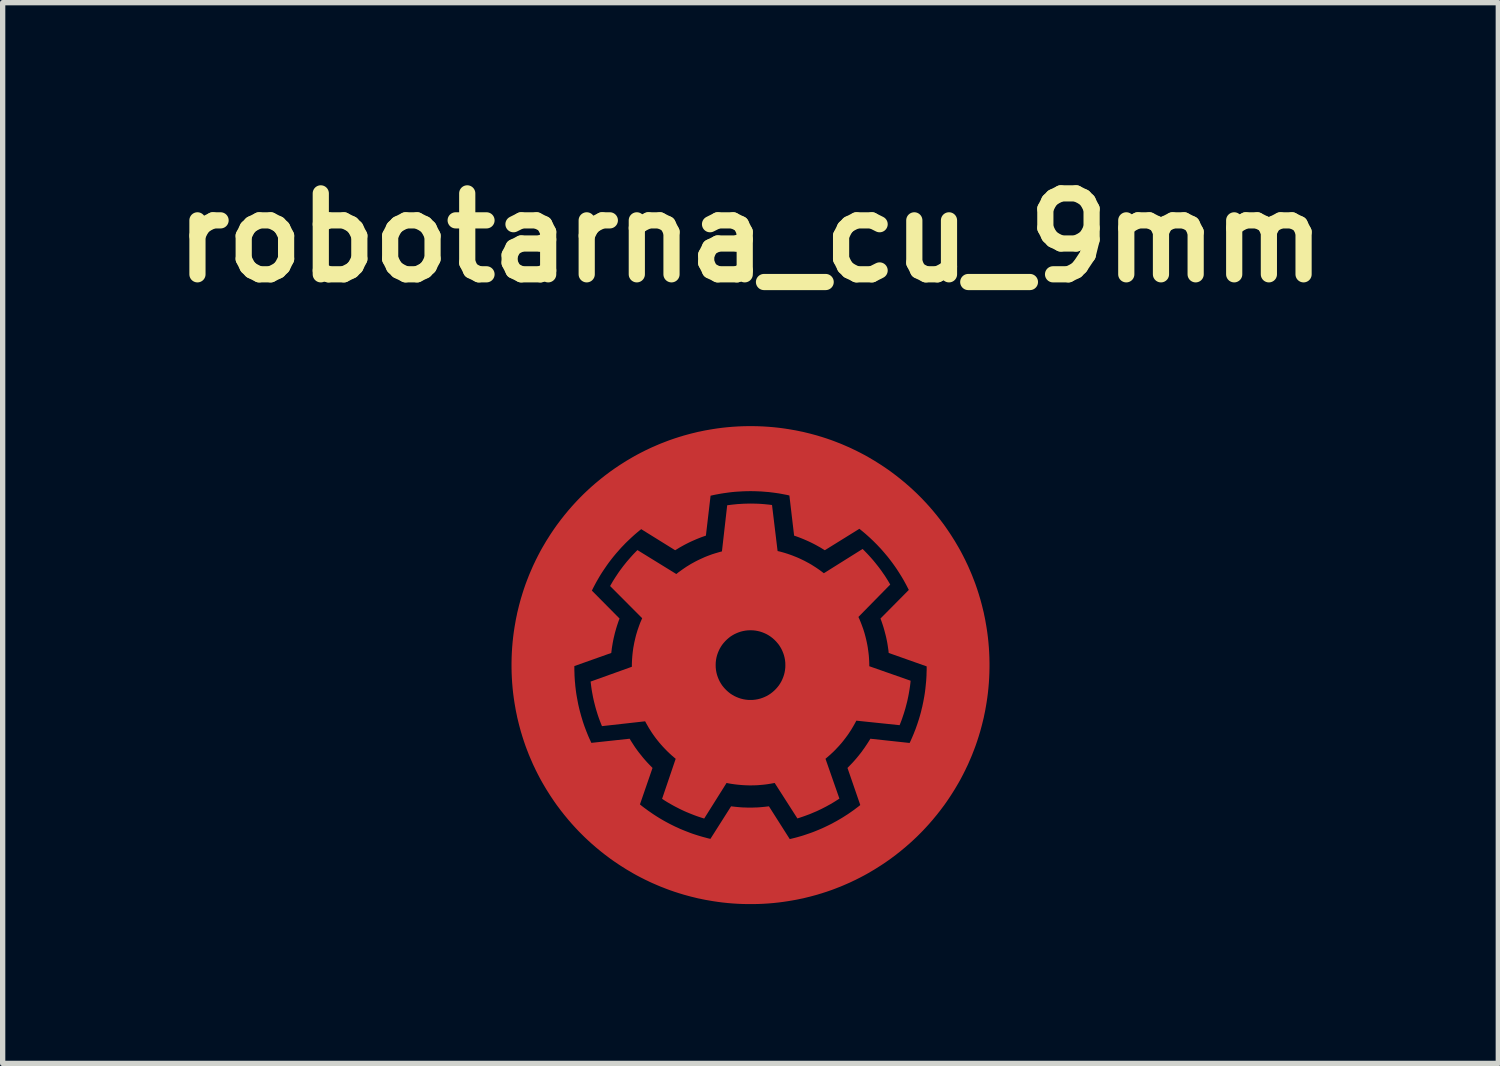
<source format=kicad_pcb>
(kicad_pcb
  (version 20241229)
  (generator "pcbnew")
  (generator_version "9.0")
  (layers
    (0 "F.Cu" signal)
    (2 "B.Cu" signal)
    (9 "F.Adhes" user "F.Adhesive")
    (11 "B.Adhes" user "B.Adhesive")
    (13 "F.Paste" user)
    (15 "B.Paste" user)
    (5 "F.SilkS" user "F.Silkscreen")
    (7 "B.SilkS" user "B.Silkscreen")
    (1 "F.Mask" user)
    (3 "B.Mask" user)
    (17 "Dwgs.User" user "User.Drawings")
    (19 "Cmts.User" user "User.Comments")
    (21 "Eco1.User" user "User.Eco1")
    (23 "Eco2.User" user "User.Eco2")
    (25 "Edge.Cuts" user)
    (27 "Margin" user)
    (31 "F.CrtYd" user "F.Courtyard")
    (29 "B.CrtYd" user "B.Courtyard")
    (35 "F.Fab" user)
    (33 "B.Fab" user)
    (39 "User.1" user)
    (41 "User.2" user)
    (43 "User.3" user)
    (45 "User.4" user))
  (footprint "robotarna_cu_9mm"
    (layer "F.Cu")
    (at 11.082 9.474)
    (property "Reference" "robotarna_cu_9mm" (at 0 -8.048 0) (layer "F.SilkS") (effects (font (size 1.524 1.524) (thickness 0.305))))
    (attr smd)
    (fp_poly (pts (xy -0.000008 0.656) (xy -2.975 0.552) (xy -2.966 0.6) (xy -2.956 0.647) (xy -2.945 0.694) (xy -2.933 0.741) (xy -2.921 0.788) (xy -2.908 0.834) (xy -2.894 0.88) (xy -2.88 0.926) (xy -2.865 0.971) (xy -2.849 1.016) (xy -2.832 1.061) (xy -2.815 1.105) (xy -2.797 1.149) (xy -1.984 1.058) (xy -1.961 1.101) (xy -1.937 1.143) (xy -1.913 1.185) (xy -1.887 1.226) (xy -1.861 1.267) (xy -1.834 1.307) (xy -1.806 1.346) (xy -1.777 1.385) (xy -1.747 1.423) (xy -1.717 1.46) (xy -1.685 1.497) (xy -1.653 1.533) (xy -1.62 1.568) (xy -1.587 1.602) (xy -1.553 1.636) (xy -1.518 1.669) (xy -1.482 1.702) (xy -1.446 1.733) (xy -1.409 1.764) (xy -1.665 2.518) (xy -1.625 2.544) (xy -1.584 2.57) (xy -1.542 2.595) (xy -1.5 2.619) (xy -1.458 2.643) (xy -1.415 2.666) (xy -1.372 2.688) (xy -1.329 2.71) (xy -1.285 2.731) (xy -1.24 2.752) (xy -1.196 2.771) (xy -1.15 2.79) (xy -1.105 2.808) (xy -1.059 2.826) (xy -1.013 2.843) (xy -0.966 2.859) (xy -0.92 2.874) (xy -0.872 2.889) (xy -0.451 2.219) (xy -0.402 2.229) (xy -0.353 2.237) (xy -0.304 2.244) (xy -0.254 2.25) (xy -0.204 2.255) (xy -0.154 2.259) (xy -0.104 2.262) (xy -0.053 2.264) (xy -0.002 2.265) (xy 0.045 2.264) (xy 0.092 2.263) (xy 0.138 2.261) (xy 0.184 2.257) (xy 0.23 2.253) (xy 0.276 2.248) (xy 0.321 2.242) (xy 0.366 2.235) (xy 0.411 2.227) (xy 0.455 2.219) (xy 0.883 2.887) (xy 0.93 2.872) (xy 0.977 2.856) (xy 1.023 2.84) (xy 1.069 2.823) (xy 1.115 2.806) (xy 1.16 2.787) (xy 1.205 2.768) (xy 1.25 2.749) (xy 1.294 2.728) (xy 1.338 2.707) (xy 1.381 2.685) (xy 1.424 2.663) (xy 1.467 2.639) (xy 1.509 2.616) (xy 1.551 2.591) (xy 1.592 2.566) (xy 1.633 2.54) (xy 1.674 2.514) (xy 1.412 1.764) (xy 1.449 1.732) (xy 1.486 1.7) (xy 1.522 1.667) (xy 1.558 1.634) (xy 1.593 1.599) (xy 1.626 1.564) (xy 1.66 1.528) (xy 1.692 1.492) (xy 1.724 1.455) (xy 1.754 1.417) (xy 1.784 1.378) (xy 1.813 1.339) (xy 1.842 1.299) (xy 1.869 1.258) (xy 1.896 1.217) (xy 1.921 1.175) (xy 1.946 1.132) (xy 1.97 1.089) (xy 1.993 1.046) (xy 2.807 1.131) (xy 2.825 1.087) (xy 2.842 1.043) (xy 2.858 0.998) (xy 2.873 0.953) (xy 2.888 0.908) (xy 2.902 0.862) (xy 2.916 0.816) (xy 2.928 0.77) (xy 2.94 0.724) (xy 2.952 0.677) (xy 2.962 0.63) (xy 2.972 0.583) (xy 2.981 0.535) (xy 2.989 0.488) (xy 2.997 0.439) (xy 3.004 0.391) (xy 3.01 0.343) (xy 3.015 0.294) (xy 2.237 0.021) (xy 2.236 -0.032) (xy 2.234 -0.084) (xy 2.231 -0.135) (xy 2.227 -0.186) (xy 2.221 -0.237) (xy 2.214 -0.288) (xy 2.207 -0.338) (xy 2.198 -0.388) (xy 2.188 -0.437) (xy 2.177 -0.486) (xy 2.165 -0.535) (xy 2.152 -0.583) (xy 2.138 -0.631) (xy 2.123 -0.678) (xy 2.106 -0.725) (xy 2.089 -0.771) (xy 2.071 -0.817) (xy 2.052 -0.863) (xy 2.032 -0.907) (xy 2.631 -1.517) (xy 2.606 -1.56) (xy 2.58 -1.603) (xy 2.553 -1.646) (xy 2.526 -1.688) (xy 2.497 -1.729) (xy 2.469 -1.77) (xy 2.439 -1.811) (xy 2.409 -1.851) (xy 2.378 -1.89) (xy 2.347 -1.929) (xy 2.315 -1.968) (xy 2.282 -2.006) (xy 2.249 -2.043) (xy 2.215 -2.08) (xy 2.181 -2.116) (xy 2.146 -2.152) (xy 2.11 -2.187) (xy 1.381 -1.73) (xy 1.343 -1.759) (xy 1.304 -1.788) (xy 1.265 -1.815) (xy 1.225 -1.842) (xy 1.184 -1.868) (xy 1.143 -1.894) (xy 1.101 -1.918) (xy 1.058 -1.941) (xy 1.015 -1.964) (xy 0.972 -1.985) (xy 0.928 -2.006) (xy 0.883 -2.026) (xy 0.838 -2.044) (xy 0.793 -2.062) (xy 0.747 -2.079) (xy 0.7 -2.095) (xy 0.653 -2.11) (xy 0.606 -2.124) (xy 0.558 -2.137) (xy 0.51 -2.148) (xy 0.405 -3.015) (xy 0.356 -3.021) (xy 0.307 -3.026) (xy 0.257 -3.031) (xy 0.207 -3.035) (xy 0.157 -3.038) (xy 0.106 -3.04) (xy 0.056 -3.041) (xy 0.005 -3.042) (xy -0.045 -3.041) (xy -0.095 -3.04) (xy -0.145 -3.038) (xy -0.194 -3.035) (xy -0.244 -3.032) (xy -0.293 -3.027) (xy -0.342 -3.022) (xy -0.39 -3.016) (xy -0.439 -3.01) (xy -0.538 -2.141) (xy -0.585 -2.129) (xy -0.632 -2.115) (xy -0.679 -2.101) (xy -0.726 -2.086) (xy -0.772 -2.069) (xy -0.817 -2.052) (xy -0.862 -2.034) (xy -0.906 -2.014) (xy -0.95 -1.994) (xy -0.994 -1.973) (xy -1.037 -1.951) (xy -1.079 -1.928) (xy -1.121 -1.905) (xy -1.162 -1.88) (xy -1.203 -1.855) (xy -1.243 -1.828) (xy -1.282 -1.801) (xy -1.321 -1.773) (xy -1.36 -1.745) (xy -1.397 -1.715) (xy -2.129 -2.166) (xy -2.164 -2.131) (xy -2.199 -2.095) (xy -2.233 -2.058) (xy -2.266 -2.021) (xy -2.299 -1.983) (xy -2.332 -1.945) (xy -2.363 -1.906) (xy -2.395 -1.866) (xy -2.425 -1.826) (xy -2.455 -1.786) (xy -2.484 -1.745) (xy -2.512 -1.703) (xy -2.54 -1.661) (xy -2.567 -1.619) (xy -2.594 -1.576) (xy -2.619 -1.532) (xy -2.644 -1.489) (xy -2.04 -0.883) (xy -2.059 -0.839) (xy -2.078 -0.795) (xy -2.095 -0.749) (xy -2.111 -0.704) (xy -2.127 -0.658) (xy -2.141 -0.612) (xy -2.155 -0.565) (xy -2.167 -0.517) (xy -2.178 -0.47) (xy -2.189 -0.422) (xy -2.198 -0.373) (xy -2.207 -0.325) (xy -2.214 -0.275) (xy -2.22 -0.226) (xy -2.225 -0.176) (xy -2.229 -0.126) (xy -2.232 -0.075) (xy -2.234 -0.025) (xy -2.234 0.026) (xy -2.234 0.031) (xy -3.011 0.31) (xy -3.005 0.359) (xy -2.999 0.407) (xy -2.992 0.456) (xy -2.984 0.504) (xy -2.975 0.552) (xy -0.000008 0.656) (xy -0.047 0.655) (xy -0.093 0.65) (xy -0.138 0.642) (xy -0.182 0.631) (xy -0.224 0.617) (xy -0.266 0.6) (xy -0.306 0.581) (xy -0.344 0.559) (xy -0.381 0.535) (xy -0.415 0.508) (xy -0.448 0.479) (xy -0.479 0.448) (xy -0.508 0.415) (xy -0.535 0.381) (xy -0.559 0.344) (xy -0.581 0.306) (xy -0.6 0.266) (xy -0.617 0.224) (xy -0.631 0.182) (xy -0.642 0.138) (xy -0.65 0.093) (xy -0.655 0.047) (xy -0.656 0.000015) (xy -0.655 -0.047) (xy -0.65 -0.093) (xy -0.642 -0.138) (xy -0.631 -0.182) (xy -0.617 -0.224) (xy -0.6 -0.266) (xy -0.581 -0.306) (xy -0.559 -0.344) (xy -0.535 -0.381) (xy -0.508 -0.415) (xy -0.479 -0.448) (xy -0.448 -0.479) (xy -0.415 -0.508) (xy -0.381 -0.535) (xy -0.344 -0.559) (xy -0.306 -0.581) (xy -0.266 -0.6) (xy -0.224 -0.617) (xy -0.182 -0.631) (xy -0.138 -0.642) (xy -0.093 -0.65) (xy -0.047 -0.655) (xy -0.000008 -0.656) (xy 0.047 -0.655) (xy 0.093 -0.65) (xy 0.138 -0.642) (xy 0.182 -0.631) (xy 0.224 -0.617) (xy 0.266 -0.6) (xy 0.306 -0.581) (xy 0.344 -0.559) (xy 0.38 -0.535) (xy 0.415 -0.508) (xy 0.448 -0.479) (xy 0.479 -0.448) (xy 0.508 -0.415) (xy 0.535 -0.381) (xy 0.559 -0.344) (xy 0.581 -0.306) (xy 0.6 -0.266) (xy 0.617 -0.224) (xy 0.631 -0.182) (xy 0.642 -0.138) (xy 0.65 -0.093) (xy 0.655 -0.047) (xy 0.656 0.000015) (xy 0.655 0.047) (xy 0.65 0.093) (xy 0.642 0.138) (xy 0.631 0.182) (xy 0.617 0.224) (xy 0.6 0.266) (xy 0.581 0.306) (xy 0.559 0.344) (xy 0.535 0.381) (xy 0.508 0.415) (xy 0.479 0.448) (xy 0.448 0.479) (xy 0.415 0.508) (xy 0.38 0.535) (xy 0.344 0.559) (xy 0.306 0.581) (xy 0.266 0.6) (xy 0.224 0.617) (xy 0.182 0.631) (xy 0.138 0.642) (xy 0.093 0.65) (xy 0.047 0.655) (xy -0.000008 0.656)) (stroke (width 0) (type solid)) (fill yes) (layer "F.Cu"))
    (fp_poly (pts (xy 2.996 1.466) (xy 0.665 4.451) (xy 0.711 4.444) (xy 0.758 4.436) (xy 0.804 4.428) (xy 0.85 4.42) (xy 0.895 4.411) (xy 0.941 4.401) (xy 0.987 4.392) (xy 1.032 4.381) (xy 1.077 4.37) (xy 1.122 4.359) (xy 1.167 4.347) (xy 1.211 4.335) (xy 1.255 4.323) (xy 1.3 4.309) (xy 1.344 4.296) (xy 1.387 4.282) (xy 1.431 4.268) (xy 1.474 4.253) (xy 1.518 4.238) (xy 1.561 4.222) (xy 1.603 4.206) (xy 1.646 4.189) (xy 1.688 4.173) (xy 1.731 4.155) (xy 1.773 4.137) (xy 1.814 4.119) (xy 1.856 4.101) (xy 1.897 4.082) (xy 1.938 4.062) (xy 1.979 4.043) (xy 2.02 4.022) (xy 2.06 4.002) (xy 2.1 3.981) (xy 2.14 3.96) (xy 2.18 3.938) (xy 2.219 3.916) (xy 2.258 3.893) (xy 2.297 3.87) (xy 2.336 3.847) (xy 2.374 3.823) (xy 2.412 3.799) (xy 2.45 3.775) (xy 2.488 3.75) (xy 2.525 3.725) (xy 2.562 3.7) (xy 2.599 3.674) (xy 2.636 3.648) (xy 2.672 3.621) (xy 2.708 3.594) (xy 2.744 3.567) (xy 2.779 3.539) (xy 2.815 3.511) (xy 2.849 3.483) (xy 2.884 3.454) (xy 2.918 3.426) (xy 2.952 3.396) (xy 2.986 3.367) (xy 3.019 3.337) (xy 3.053 3.306) (xy 3.085 3.276) (xy 3.118 3.245) (xy 3.15 3.214) (xy 3.182 3.182) (xy 3.214 3.15) (xy 3.245 3.118) (xy 3.276 3.085) (xy 3.306 3.053) (xy 3.337 3.019) (xy 3.367 2.986) (xy 3.396 2.952) (xy 3.426 2.918) (xy 3.454 2.884) (xy 3.483 2.849) (xy 3.511 2.815) (xy 3.539 2.779) (xy 3.567 2.744) (xy 3.594 2.708) (xy 3.621 2.672) (xy 3.648 2.636) (xy 3.674 2.599) (xy 3.7 2.562) (xy 3.725 2.525) (xy 3.75 2.488) (xy 3.775 2.45) (xy 3.799 2.412) (xy 3.823 2.374) (xy 3.847 2.336) (xy 3.87 2.297) (xy 3.893 2.258) (xy 3.916 2.219) (xy 3.938 2.18) (xy 3.96 2.14) (xy 3.981 2.1) (xy 4.002 2.06) (xy 4.022 2.02) (xy 4.043 1.979) (xy 4.062 1.938) (xy 4.082 1.897) (xy 4.101 1.856) (xy 4.119 1.814) (xy 4.137 1.773) (xy 4.155 1.731) (xy 4.173 1.688) (xy 4.189 1.646) (xy 4.206 1.603) (xy 4.222 1.561) (xy 4.238 1.518) (xy 4.253 1.474) (xy 4.268 1.431) (xy 4.282 1.387) (xy 4.296 1.344) (xy 4.309 1.3) (xy 4.323 1.255) (xy 4.335 1.211) (xy 4.347 1.167) (xy 4.359 1.122) (xy 4.37 1.077) (xy 4.381 1.032) (xy 4.392 0.987) (xy 4.401 0.941) (xy 4.411 0.895) (xy 4.42 0.85) (xy 4.428 0.804) (xy 4.436 0.758) (xy 4.444 0.711) (xy 4.451 0.665) (xy 4.458 0.618) (xy 4.464 0.572) (xy 4.47 0.525) (xy 4.475 0.478) (xy 4.48 0.431) (xy 4.484 0.383) (xy 4.488 0.336) (xy 4.491 0.288) (xy 4.494 0.241) (xy 4.496 0.193) (xy 4.498 0.145) (xy 4.499 0.097) (xy 4.5 0.048) (xy 4.5 0.000013) (xy 4.5 -0.048) (xy 4.499 -0.097) (xy 4.498 -0.145) (xy 4.496 -0.193) (xy 4.494 -0.241) (xy 4.491 -0.288) (xy 4.488 -0.336) (xy 4.484 -0.383) (xy 4.48 -0.431) (xy 4.475 -0.478) (xy 4.47 -0.525) (xy 4.464 -0.572) (xy 4.458 -0.618) (xy 4.451 -0.665) (xy 4.444 -0.711) (xy 4.436 -0.758) (xy 4.428 -0.804) (xy 4.42 -0.85) (xy 4.411 -0.895) (xy 4.401 -0.941) (xy 4.392 -0.987) (xy 4.381 -1.032) (xy 4.37 -1.077) (xy 4.359 -1.122) (xy 4.347 -1.167) (xy 4.335 -1.211) (xy 4.323 -1.255) (xy 4.309 -1.3) (xy 4.296 -1.344) (xy 4.282 -1.387) (xy 4.268 -1.431) (xy 4.253 -1.474) (xy 4.238 -1.518) (xy 4.222 -1.561) (xy 4.206 -1.603) (xy 4.189 -1.646) (xy 4.173 -1.688) (xy 4.155 -1.731) (xy 4.137 -1.773) (xy 4.119 -1.814) (xy 4.101 -1.856) (xy 4.082 -1.897) (xy 4.062 -1.938) (xy 4.043 -1.979) (xy 4.022 -2.02) (xy 4.002 -2.06) (xy 3.981 -2.1) (xy 3.96 -2.14) (xy 3.938 -2.18) (xy 3.916 -2.219) (xy 3.893 -2.258) (xy 3.87 -2.297) (xy 3.847 -2.336) (xy 3.823 -2.374) (xy 3.799 -2.412) (xy 3.775 -2.45) (xy 3.75 -2.488) (xy 3.725 -2.525) (xy 3.7 -2.562) (xy 3.674 -2.599) (xy 3.648 -2.636) (xy 3.621 -2.672) (xy 3.594 -2.708) (xy 3.567 -2.744) (xy 3.539 -2.779) (xy 3.511 -2.815) (xy 3.483 -2.849) (xy 3.454 -2.884) (xy 3.426 -2.918) (xy 3.396 -2.952) (xy 3.367 -2.986) (xy 3.337 -3.019) (xy 3.306 -3.053) (xy 3.276 -3.085) (xy 3.245 -3.118) (xy 3.214 -3.15) (xy 3.182 -3.182) (xy 3.15 -3.214) (xy 3.118 -3.245) (xy 3.085 -3.276) (xy 3.053 -3.306) (xy 3.019 -3.337) (xy 2.986 -3.367) (xy 2.952 -3.396) (xy 2.918 -3.426) (xy 2.884 -3.454) (xy 2.849 -3.483) (xy 2.815 -3.511) (xy 2.779 -3.539) (xy 2.744 -3.567) (xy 2.708 -3.594) (xy 2.672 -3.621) (xy 2.636 -3.648) (xy 2.599 -3.674) (xy 2.562 -3.7) (xy 2.525 -3.725) (xy 2.488 -3.75) (xy 2.45 -3.775) (xy 2.412 -3.799) (xy 2.374 -3.823) (xy 2.336 -3.847) (xy 2.297 -3.87) (xy 2.258 -3.893) (xy 2.219 -3.916) (xy 2.18 -3.938) (xy 2.14 -3.96) (xy 2.1 -3.981) (xy 2.06 -4.002) (xy 2.02 -4.022) (xy 1.979 -4.043) (xy 1.938 -4.062) (xy 1.897 -4.082) (xy 1.856 -4.101) (xy 1.814 -4.119) (xy 1.773 -4.137) (xy 1.731 -4.155) (xy 1.688 -4.173) (xy 1.646 -4.189) (xy 1.603 -4.206) (xy 1.561 -4.222) (xy 1.518 -4.238) (xy 1.474 -4.253) (xy 1.431 -4.268) (xy 1.387 -4.282) (xy 1.344 -4.296) (xy 1.3 -4.309) (xy 1.255 -4.323) (xy 1.211 -4.335) (xy 1.167 -4.347) (xy 1.122 -4.359) (xy 1.077 -4.37) (xy 1.032 -4.381) (xy 0.987 -4.392) (xy 0.941 -4.401) (xy 0.895 -4.411) (xy 0.85 -4.42) (xy 0.804 -4.428) (xy 0.758 -4.436) (xy 0.711 -4.444) (xy 0.665 -4.451) (xy 0.618 -4.458) (xy 0.572 -4.464) (xy 0.525 -4.47) (xy 0.478 -4.475) (xy 0.431 -4.48) (xy 0.383 -4.484) (xy 0.336 -4.488) (xy 0.288 -4.491) (xy 0.241 -4.494) (xy 0.193 -4.496) (xy 0.145 -4.498) (xy 0.097 -4.499) (xy 0.048 -4.5) (xy -0.000013 -4.5) (xy -0.048 -4.5) (xy -0.097 -4.499) (xy -0.145 -4.498) (xy -0.193 -4.496) (xy -0.241 -4.494) (xy -0.288 -4.491) (xy -0.336 -4.488) (xy -0.383 -4.484) (xy -0.431 -4.48) (xy -0.478 -4.475) (xy -0.525 -4.47) (xy -0.572 -4.464) (xy -0.618 -4.458) (xy -0.665 -4.451) (xy -0.711 -4.444) (xy -0.758 -4.436) (xy -0.804 -4.428) (xy -0.85 -4.42) (xy -0.895 -4.411) (xy -0.941 -4.401) (xy -0.987 -4.392) (xy -1.032 -4.381) (xy -1.077 -4.37) (xy -1.122 -4.359) (xy -1.167 -4.347) (xy -1.211 -4.335) (xy -1.255 -4.323) (xy -1.3 -4.309) (xy -1.344 -4.296) (xy -1.387 -4.282) (xy -1.431 -4.268) (xy -1.474 -4.253) (xy -1.518 -4.238) (xy -1.561 -4.222) (xy -1.603 -4.206) (xy -1.646 -4.189) (xy -1.688 -4.173) (xy -1.731 -4.155) (xy -1.773 -4.137) (xy -1.814 -4.119) (xy -1.856 -4.101) (xy -1.897 -4.082) (xy -1.938 -4.062) (xy -1.979 -4.043) (xy -2.02 -4.022) (xy -2.06 -4.002) (xy -2.1 -3.981) (xy -2.14 -3.96) (xy -2.18 -3.938) (xy -2.219 -3.916) (xy -2.258 -3.893) (xy -2.297 -3.87) (xy -2.336 -3.847) (xy -2.374 -3.823) (xy -2.412 -3.799) (xy -2.45 -3.775) (xy -2.488 -3.75) (xy -2.525 -3.725) (xy -2.562 -3.7) (xy -2.599 -3.674) (xy -2.636 -3.648) (xy -2.672 -3.621) (xy -2.708 -3.594) (xy -2.744 -3.567) (xy -2.779 -3.539) (xy -2.815 -3.511) (xy -2.849 -3.483) (xy -2.884 -3.454) (xy -2.918 -3.426) (xy -2.952 -3.396) (xy -2.986 -3.367) (xy -3.019 -3.337) (xy -3.053 -3.306) (xy -3.085 -3.276) (xy -3.118 -3.245) (xy -3.15 -3.214) (xy -3.182 -3.182) (xy -3.214 -3.15) (xy -3.245 -3.118) (xy -3.276 -3.085) (xy -3.306 -3.053) (xy -3.337 -3.019) (xy -3.367 -2.986) (xy -3.396 -2.952) (xy -3.426 -2.918) (xy -3.454 -2.884) (xy -3.483 -2.849) (xy -3.511 -2.815) (xy -3.539 -2.779) (xy -3.567 -2.744) (xy -3.594 -2.708) (xy -3.621 -2.672) (xy -3.648 -2.636) (xy -3.674 -2.599) (xy -3.7 -2.562) (xy -3.725 -2.525) (xy -3.75 -2.488) (xy -3.775 -2.45) (xy -3.799 -2.412) (xy -3.823 -2.374) (xy -3.847 -2.336) (xy -3.87 -2.297) (xy -3.893 -2.258) (xy -3.916 -2.219) (xy -3.938 -2.18) (xy -3.96 -2.14) (xy -3.981 -2.1) (xy -4.002 -2.06) (xy -4.022 -2.02) (xy -4.043 -1.979) (xy -4.062 -1.938) (xy -4.082 -1.897) (xy -4.101 -1.856) (xy -4.119 -1.814) (xy -4.137 -1.773) (xy -4.155 -1.731) (xy -4.173 -1.688) (xy -4.189 -1.646) (xy -4.206 -1.603) (xy -4.222 -1.561) (xy -4.238 -1.518) (xy -4.253 -1.474) (xy -4.268 -1.431) (xy -4.282 -1.387) (xy -4.296 -1.344) (xy -4.309 -1.3) (xy -4.323 -1.255) (xy -4.335 -1.211) (xy -4.347 -1.167) (xy -4.359 -1.122) (xy -4.37 -1.077) (xy -4.381 -1.032) (xy -4.392 -0.987) (xy -4.401 -0.941) (xy -4.411 -0.895) (xy -4.42 -0.85) (xy -4.428 -0.804) (xy -4.436 -0.758) (xy -4.444 -0.711) (xy -4.451 -0.665) (xy -4.458 -0.618) (xy -4.464 -0.572) (xy -4.47 -0.525) (xy -4.475 -0.478) (xy -4.48 -0.431) (xy -4.484 -0.383) (xy -4.488 -0.336) (xy -4.491 -0.288) (xy -4.494 -0.241) (xy -4.496 -0.193) (xy -4.498 -0.145) (xy -4.499 -0.097) (xy -4.5 -0.048) (xy -4.5 0.000013) (xy -4.5 0.048) (xy -4.499 0.097) (xy -4.498 0.145) (xy -4.496 0.193) (xy -4.494 0.241) (xy -4.491 0.288) (xy -4.488 0.336) (xy -4.484 0.383) (xy -4.48 0.431) (xy -4.475 0.478) (xy -4.47 0.525) (xy -4.464 0.572) (xy -4.458 0.618) (xy -4.451 0.665) (xy -4.444 0.711) (xy -4.436 0.758) (xy -4.428 0.804) (xy -4.42 0.85) (xy -4.411 0.895) (xy -4.401 0.941) (xy -4.392 0.987) (xy -4.381 1.032) (xy -4.37 1.077) (xy -4.359 1.122) (xy -4.347 1.167) (xy -4.335 1.211) (xy -4.323 1.255) (xy -4.309 1.3) (xy -4.296 1.344) (xy -4.282 1.387) (xy -4.268 1.431) (xy -4.253 1.474) (xy -4.238 1.518) (xy -4.222 1.561) (xy -4.206 1.603) (xy -4.189 1.646) (xy -4.173 1.688) (xy -4.155 1.731) (xy -4.137 1.773) (xy -4.119 1.814) (xy -4.101 1.856) (xy -4.082 1.897) (xy -4.062 1.938) (xy -4.043 1.979) (xy -4.022 2.02) (xy -4.002 2.06) (xy -3.981 2.1) (xy -3.96 2.14) (xy -3.938 2.18) (xy -3.916 2.219) (xy -3.893 2.258) (xy -3.87 2.297) (xy -3.847 2.336) (xy -3.823 2.374) (xy -3.799 2.412) (xy -3.775 2.45) (xy -3.75 2.488) (xy -3.725 2.525) (xy -3.7 2.562) (xy -3.674 2.599) (xy -3.648 2.636) (xy -3.621 2.672) (xy -3.594 2.708) (xy -3.567 2.744) (xy -3.539 2.779) (xy -3.511 2.815) (xy -3.483 2.849) (xy -3.454 2.884) (xy -3.426 2.918) (xy -3.396 2.952) (xy -3.367 2.986) (xy -3.337 3.019) (xy -3.306 3.053) (xy -3.276 3.085) (xy -3.245 3.118) (xy -3.214 3.15) (xy -3.182 3.182) (xy -3.15 3.214) (xy -3.118 3.245) (xy -3.085 3.276) (xy -3.053 3.306) (xy -3.019 3.337) (xy -2.986 3.367) (xy -2.952 3.396) (xy -2.918 3.426) (xy -2.884 3.454) (xy -2.849 3.483) (xy -2.815 3.511) (xy -2.779 3.539) (xy -2.744 3.567) (xy -2.708 3.594) (xy -2.672 3.621) (xy -2.636 3.648) (xy -2.599 3.674) (xy -2.562 3.7) (xy -2.525 3.725) (xy -2.488 3.75) (xy -2.45 3.775) (xy -2.412 3.799) (xy -2.374 3.823) (xy -2.336 3.847) (xy -2.297 3.87) (xy -2.258 3.893) (xy -2.219 3.916) (xy -2.18 3.938) (xy -2.14 3.96) (xy -2.1 3.981) (xy -2.06 4.002) (xy -2.02 4.022) (xy -1.979 4.043) (xy -1.938 4.062) (xy -1.897 4.082) (xy -1.856 4.101) (xy -1.814 4.119) (xy -1.773 4.137) (xy -1.731 4.155) (xy -1.688 4.173) (xy -1.646 4.189) (xy -1.603 4.206) (xy -1.561 4.222) (xy -1.518 4.238) (xy -1.474 4.253) (xy -1.431 4.268) (xy -1.387 4.282) (xy -1.344 4.296) (xy -1.3 4.309) (xy -1.255 4.323) (xy -1.211 4.335) (xy -1.167 4.347) (xy -1.122 4.359) (xy -1.077 4.37) (xy -1.032 4.381) (xy -0.987 4.392) (xy -0.941 4.401) (xy -0.895 4.411) (xy -0.85 4.42) (xy -0.804 4.428) (xy -0.758 4.436) (xy -0.711 4.444) (xy -0.665 4.451) (xy -0.618 4.458) (xy -0.572 4.464) (xy -0.525 4.47) (xy -0.478 4.475) (xy -0.431 4.48) (xy -0.383 4.484) (xy -0.336 4.488) (xy -0.288 4.491) (xy -0.241 4.494) (xy -0.193 4.496) (xy -0.145 4.498) (xy -0.097 4.499) (xy -0.048 4.5) (xy -0.000013 4.5) (xy 0.048 4.5) (xy 0.097 4.499) (xy 0.145 4.498) (xy 0.193 4.496) (xy 0.241 4.494) (xy 0.288 4.491) (xy 0.336 4.488) (xy 0.383 4.484) (xy 0.431 4.48) (xy 0.478 4.475) (xy 0.525 4.47) (xy 0.572 4.464) (xy 0.618 4.458) (xy 0.665 4.451) (xy 2.996 1.466) (xy 2.257 1.386) (xy 2.231 1.429) (xy 2.204 1.471) (xy 2.176 1.513) (xy 2.148 1.555) (xy 2.119 1.595) (xy 2.09 1.636) (xy 2.059 1.675) (xy 2.028 1.714) (xy 1.996 1.753) (xy 1.963 1.791) (xy 1.93 1.828) (xy 1.896 1.864) (xy 1.861 1.9) (xy 1.826 1.936) (xy 2.067 2.635) (xy 2.028 2.666) (xy 1.989 2.695) (xy 1.95 2.725) (xy 1.91 2.753) (xy 1.87 2.781) (xy 1.829 2.809) (xy 1.788 2.835) (xy 1.746 2.862) (xy 1.705 2.887) (xy 1.662 2.912) (xy 1.619 2.937) (xy 1.576 2.96) (xy 1.533 2.984) (xy 1.489 3.006) (xy 1.444 3.028) (xy 1.4 3.049) (xy 1.355 3.07) (xy 1.309 3.09) (xy 1.263 3.109) (xy 1.217 3.128) (xy 1.171 3.146) (xy 1.124 3.163) (xy 1.077 3.179) (xy 1.03 3.195) (xy 0.982 3.211) (xy 0.934 3.225) (xy 0.885 3.239) (xy 0.837 3.252) (xy 0.788 3.264) (xy 0.739 3.276) (xy 0.347 2.659) (xy 0.303 2.664) (xy 0.259 2.669) (xy 0.215 2.673) (xy 0.17 2.677) (xy 0.126 2.68) (xy 0.081 2.681) (xy 0.036 2.683) (xy -0.01 2.683) (xy -0.055 2.683) (xy -0.1 2.681) (xy -0.145 2.68) (xy -0.19 2.677) (xy -0.234 2.673) (xy -0.278 2.669) (xy -0.322 2.664) (xy -0.366 2.659) (xy -0.755 3.272) (xy -0.805 3.26) (xy -0.853 3.247) (xy -0.902 3.234) (xy -0.95 3.22) (xy -0.999 3.205) (xy -1.046 3.19) (xy -1.094 3.174) (xy -1.141 3.157) (xy -1.187 3.139) (xy -1.234 3.121) (xy -1.28 3.102) (xy -1.326 3.083) (xy -1.371 3.062) (xy -1.416 3.042) (xy -1.461 3.02) (xy -1.505 2.998) (xy -1.549 2.975) (xy -1.592 2.952) (xy -1.635 2.928) (xy -1.678 2.903) (xy -1.72 2.878) (xy -1.762 2.852) (xy -1.804 2.825) (xy -1.845 2.798) (xy -1.885 2.77) (xy -1.926 2.742) (xy -1.965 2.713) (xy -2.005 2.684) (xy -2.044 2.654) (xy -2.082 2.623) (xy -1.845 1.936) (xy -1.88 1.9) (xy -1.915 1.864) (xy -1.949 1.828) (xy -1.982 1.791) (xy -2.015 1.753) (xy -2.047 1.714) (xy -2.078 1.675) (xy -2.109 1.636) (xy -2.139 1.595) (xy -2.168 1.555) (xy -2.196 1.513) (xy -2.223 1.471) (xy -2.25 1.429) (xy -2.276 1.386) (xy -2.997 1.464) (xy -3.017 1.42) (xy -3.037 1.377) (xy -3.056 1.333) (xy -3.074 1.289) (xy -3.092 1.244) (xy -3.109 1.199) (xy -3.126 1.154) (xy -3.142 1.108) (xy -3.157 1.063) (xy -3.171 1.016) (xy -3.185 0.97) (xy -3.198 0.923) (xy -3.211 0.876) (xy -3.223 0.829) (xy -3.234 0.782) (xy -3.245 0.734) (xy -3.254 0.686) (xy -3.263 0.638) (xy -3.272 0.589) (xy -3.28 0.541) (xy -3.287 0.492) (xy -3.293 0.442) (xy -3.299 0.393) (xy -3.303 0.343) (xy -3.308 0.294) (xy -3.311 0.243) (xy -3.314 0.193) (xy -3.315 0.143) (xy -3.317 0.092) (xy -3.317 0.041) (xy -3.317 0.018) (xy -2.622 -0.229) (xy -2.616 -0.277) (xy -2.61 -0.325) (xy -2.602 -0.373) (xy -2.594 -0.421) (xy -2.585 -0.468) (xy -2.575 -0.515) (xy -2.564 -0.561) (xy -2.553 -0.607) (xy -2.54 -0.653) (xy -2.527 -0.699) (xy -2.513 -0.744) (xy -2.498 -0.789) (xy -2.483 -0.833) (xy -2.466 -0.877) (xy -2.987 -1.403) (xy -2.965 -1.448) (xy -2.942 -1.492) (xy -2.918 -1.537) (xy -2.894 -1.581) (xy -2.869 -1.624) (xy -2.844 -1.667) (xy -2.818 -1.71) (xy -2.791 -1.752) (xy -2.763 -1.794) (xy -2.735 -1.835) (xy -2.707 -1.876) (xy -2.678 -1.917) (xy -2.648 -1.957) (xy -2.618 -1.996) (xy -2.587 -2.035) (xy -2.555 -2.074) (xy -2.523 -2.112) (xy -2.49 -2.149) (xy -2.457 -2.187) (xy -2.424 -2.223) (xy -2.389 -2.259) (xy -2.355 -2.295) (xy -2.319 -2.33) (xy -2.283 -2.364) (xy -2.247 -2.398) (xy -2.21 -2.432) (xy -2.173 -2.465) (xy -2.135 -2.497) (xy -2.097 -2.529) (xy -2.058 -2.56) (xy -1.419 -2.163) (xy -1.377 -2.188) (xy -1.335 -2.214) (xy -1.292 -2.238) (xy -1.249 -2.262) (xy -1.205 -2.285) (xy -1.161 -2.307) (xy -1.117 -2.328) (xy -1.072 -2.348) (xy -1.026 -2.368) (xy -0.98 -2.387) (xy -0.934 -2.405) (xy -0.887 -2.422) (xy -0.84 -2.438) (xy -0.752 -3.19) (xy -0.703 -3.201) (xy -0.655 -3.211) (xy -0.606 -3.22) (xy -0.557 -3.229) (xy -0.507 -3.237) (xy -0.457 -3.244) (xy -0.407 -3.251) (xy -0.357 -3.257) (xy -0.307 -3.262) (xy -0.256 -3.266) (xy -0.205 -3.269) (xy -0.154 -3.272) (xy -0.103 -3.274) (xy -0.052 -3.275) (xy -0.000013 -3.276) (xy 0.05 -3.275) (xy 0.1 -3.274) (xy 0.15 -3.272) (xy 0.2 -3.27) (xy 0.249 -3.266) (xy 0.299 -3.262) (xy 0.348 -3.258) (xy 0.396 -3.252) (xy 0.445 -3.246) (xy 0.494 -3.239) (xy 0.542 -3.232) (xy 0.59 -3.223) (xy 0.637 -3.214) (xy 0.685 -3.205) (xy 0.732 -3.194) (xy 0.821 -2.438) (xy 0.868 -2.422) (xy 0.915 -2.405) (xy 0.961 -2.387) (xy 1.007 -2.368) (xy 1.053 -2.348) (xy 1.098 -2.328) (xy 1.142 -2.307) (xy 1.186 -2.285) (xy 1.23 -2.262) (xy 1.273 -2.238) (xy 1.316 -2.214) (xy 1.358 -2.188) (xy 1.399 -2.163) (xy 2.05 -2.567) (xy 2.088 -2.536) (xy 2.127 -2.504) (xy 2.165 -2.472) (xy 2.202 -2.439) (xy 2.239 -2.406) (xy 2.275 -2.372) (xy 2.311 -2.338) (xy 2.346 -2.303) (xy 2.381 -2.268) (xy 2.415 -2.232) (xy 2.449 -2.196) (xy 2.482 -2.159) (xy 2.515 -2.121) (xy 2.547 -2.083) (xy 2.579 -2.045) (xy 2.61 -2.006) (xy 2.64 -1.967) (xy 2.67 -1.927) (xy 2.699 -1.887) (xy 2.728 -1.846) (xy 2.756 -1.805) (xy 2.783 -1.763) (xy 2.81 -1.721) (xy 2.836 -1.679) (xy 2.862 -1.636) (xy 2.887 -1.593) (xy 2.911 -1.549) (xy 2.935 -1.505) (xy 2.958 -1.46) (xy 2.981 -1.416) (xy 2.447 -0.877) (xy 2.464 -0.833) (xy 2.479 -0.789) (xy 2.494 -0.744) (xy 2.508 -0.699) (xy 2.521 -0.653) (xy 2.533 -0.607) (xy 2.545 -0.561) (xy 2.556 -0.515) (xy 2.566 -0.468) (xy 2.575 -0.421) (xy 2.583 -0.373) (xy 2.59 -0.325) (xy 2.597 -0.277) (xy 2.602 -0.229) (xy 3.317 0.024) (xy 3.317 0.041) (xy 3.317 0.092) (xy 3.315 0.143) (xy 3.314 0.193) (xy 3.311 0.244) (xy 3.308 0.294) (xy 3.303 0.344) (xy 3.298 0.394) (xy 3.293 0.443) (xy 3.287 0.492) (xy 3.28 0.541) (xy 3.272 0.59) (xy 3.263 0.639) (xy 3.254 0.687) (xy 3.244 0.735) (xy 3.234 0.783) (xy 3.222 0.83) (xy 3.211 0.878) (xy 3.198 0.925) (xy 3.185 0.971) (xy 3.171 1.018) (xy 3.156 1.064) (xy 3.141 1.11) (xy 3.125 1.155) (xy 3.109 1.201) (xy 3.091 1.246) (xy 3.074 1.29) (xy 3.055 1.335) (xy 3.036 1.379) (xy 3.017 1.422) (xy 2.996 1.466)) (stroke (width 0) (type solid)) (fill yes) (layer "F.Cu")))
  (gr_rect
    (start -3 -3)
    (end 25.163 16.974)
    (stroke (width 0.1) (type default))
    (fill no)
    (layer "Edge.Cuts")))
</source>
